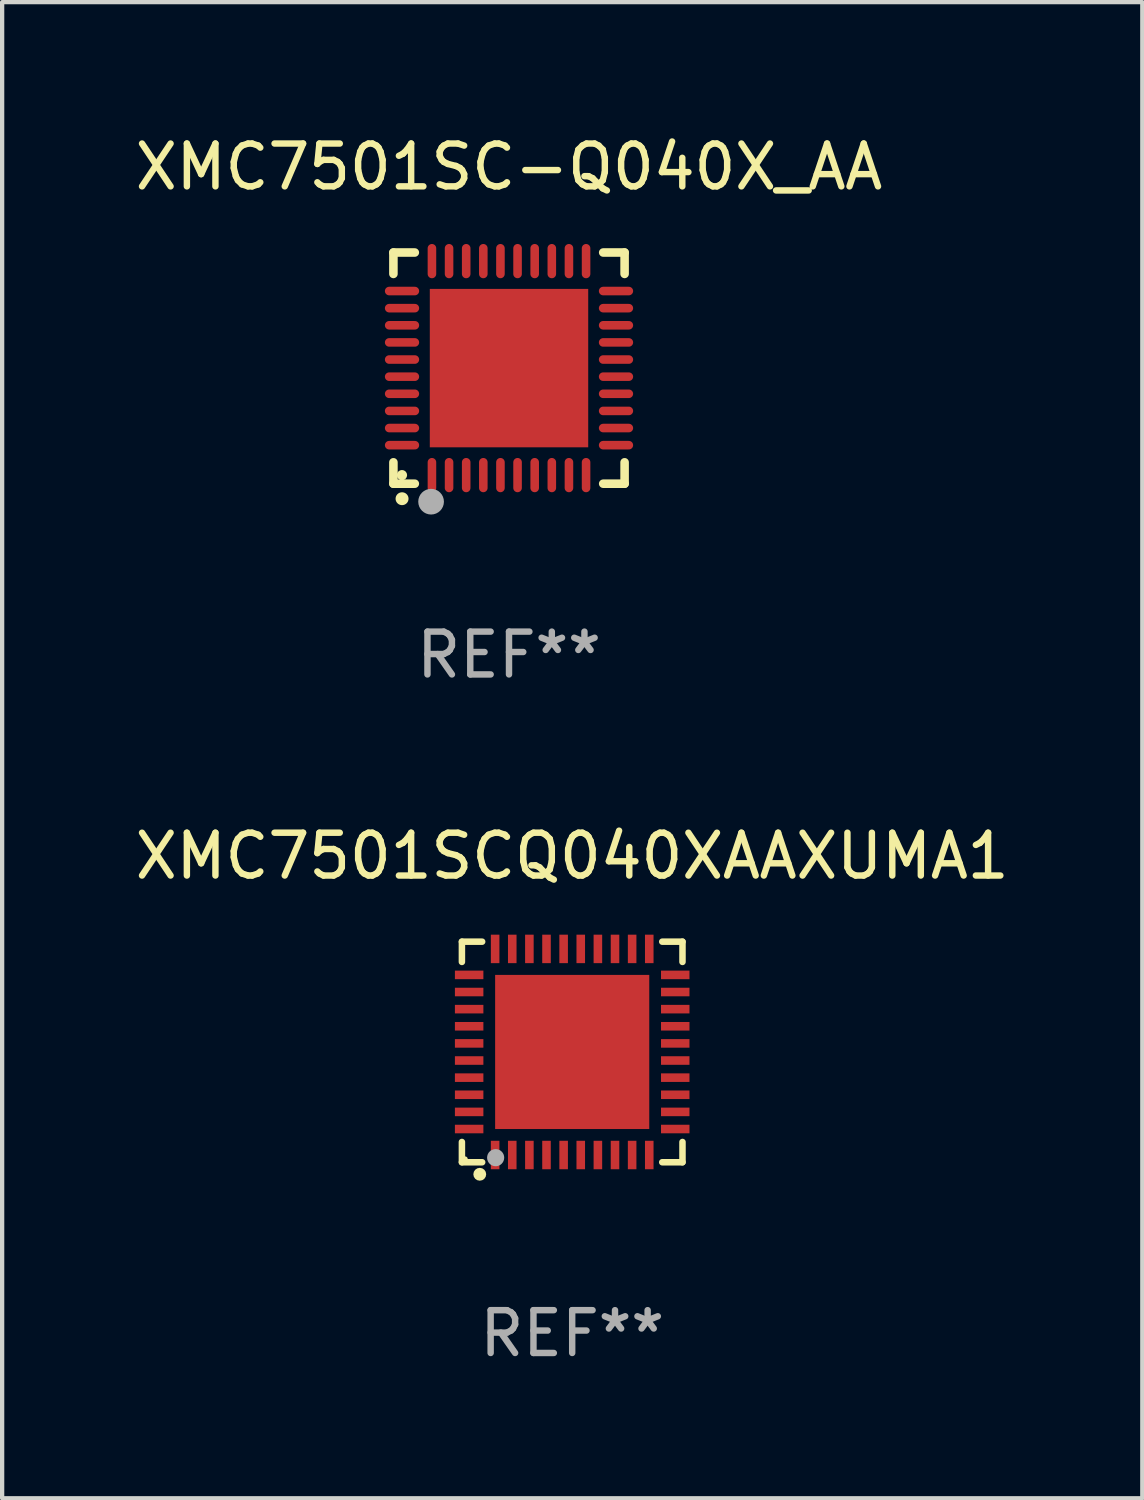
<source format=kicad_pcb>
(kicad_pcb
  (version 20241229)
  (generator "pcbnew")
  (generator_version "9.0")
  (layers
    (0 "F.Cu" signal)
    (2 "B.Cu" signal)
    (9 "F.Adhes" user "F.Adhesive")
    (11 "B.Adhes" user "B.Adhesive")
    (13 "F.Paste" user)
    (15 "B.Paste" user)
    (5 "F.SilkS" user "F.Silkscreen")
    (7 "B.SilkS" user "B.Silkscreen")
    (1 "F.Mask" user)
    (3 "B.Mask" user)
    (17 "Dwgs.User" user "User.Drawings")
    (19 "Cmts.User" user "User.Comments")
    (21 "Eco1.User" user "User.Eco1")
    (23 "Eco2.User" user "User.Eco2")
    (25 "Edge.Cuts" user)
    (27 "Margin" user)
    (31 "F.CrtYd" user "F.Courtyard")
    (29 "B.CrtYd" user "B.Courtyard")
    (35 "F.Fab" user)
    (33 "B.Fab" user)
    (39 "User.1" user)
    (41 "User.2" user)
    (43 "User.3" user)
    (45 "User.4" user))
  (footprint "XMC7501SCQ040XAAXUMA1"
    (layer "F.Cu")
    (at 10.315 21.521)
    (property "Reference" "XMC7501SCQ040XAAXUMA1" (at 0 -4.576 0) (layer "F.SilkS") (effects (font (size 1 1) (thickness 0.15))))
    (attr through_hole)
    (fp_line (start -2.576 -2.576) (end -2.103 -2.576) (stroke (width 0.152) (type solid)) (layer "F.SilkS"))
    (fp_line (start -2.576 -2.103) (end -2.576 -2.576) (stroke (width 0.152) (type solid)) (layer "F.SilkS"))
    (fp_line (start -2.576 2.103) (end -2.576 2.576) (stroke (width 0.152) (type solid)) (layer "F.SilkS"))
    (fp_line (start -2.576 2.576) (end -2.103 2.576) (stroke (width 0.152) (type solid)) (layer "F.SilkS"))
    (fp_line (start 2.576 -2.576) (end 2.103 -2.576) (stroke (width 0.152) (type solid)) (layer "F.SilkS"))
    (fp_line (start 2.576 -2.103) (end 2.576 -2.576) (stroke (width 0.152) (type solid)) (layer "F.SilkS"))
    (fp_line (start 2.576 2.103) (end 2.576 2.576) (stroke (width 0.152) (type solid)) (layer "F.SilkS"))
    (fp_line (start 2.576 2.576) (end 2.103 2.576) (stroke (width 0.152) (type solid)) (layer "F.SilkS"))
    (fp_circle (center -2.5 2.5) (end -2.47 2.5) (stroke (width 0.06) (type solid)) (fill no) (layer "F.SilkS"))
    (fp_circle (center -2.159 2.857) (end -2.084 2.857) (stroke (width 0.15) (type solid)) (fill no) (layer "F.SilkS"))
    (fp_circle (center -1.788 2.469) (end -1.688 2.469) (stroke (width 0.2) (type solid)) (fill no) (layer "F.Fab"))
    (fp_text user "REF**" (at 0 6.576 0) (layer "F.Fab") (effects (font (size 1 1) (thickness 0.15))))
    (pad "1" smd rect (at -1.8 2.407) (size 0.2 0.665) (layers "F.Cu" "F.Mask" "F.Paste"))
    (pad "2" smd rect (at -1.4 2.407) (size 0.2 0.665) (layers "F.Cu" "F.Mask" "F.Paste"))
    (pad "3" smd rect (at -1 2.407) (size 0.2 0.665) (layers "F.Cu" "F.Mask" "F.Paste"))
    (pad "4" smd rect (at -0.6 2.407) (size 0.2 0.665) (layers "F.Cu" "F.Mask" "F.Paste"))
    (pad "5" smd rect (at -0.2 2.407) (size 0.2 0.665) (layers "F.Cu" "F.Mask" "F.Paste"))
    (pad "6" smd rect (at 0.2 2.407) (size 0.2 0.665) (layers "F.Cu" "F.Mask" "F.Paste"))
    (pad "7" smd rect (at 0.6 2.407) (size 0.2 0.665) (layers "F.Cu" "F.Mask" "F.Paste"))
    (pad "8" smd rect (at 1 2.407) (size 0.2 0.665) (layers "F.Cu" "F.Mask" "F.Paste"))
    (pad "9" smd rect (at 1.4 2.407) (size 0.2 0.665) (layers "F.Cu" "F.Mask" "F.Paste"))
    (pad "10" smd rect (at 1.8 2.407) (size 0.2 0.665) (layers "F.Cu" "F.Mask" "F.Paste"))
    (pad "11" smd rect (at 2.407 1.8) (size 0.665 0.2) (layers "F.Cu" "F.Mask" "F.Paste"))
    (pad "12" smd rect (at 2.407 1.4) (size 0.665 0.2) (layers "F.Cu" "F.Mask" "F.Paste"))
    (pad "13" smd rect (at 2.407 1) (size 0.665 0.2) (layers "F.Cu" "F.Mask" "F.Paste"))
    (pad "14" smd rect (at 2.407 0.6) (size 0.665 0.2) (layers "F.Cu" "F.Mask" "F.Paste"))
    (pad "15" smd rect (at 2.407 0.2) (size 0.665 0.2) (layers "F.Cu" "F.Mask" "F.Paste"))
    (pad "16" smd rect (at 2.407 -0.2) (size 0.665 0.2) (layers "F.Cu" "F.Mask" "F.Paste"))
    (pad "17" smd rect (at 2.407 -0.6) (size 0.665 0.2) (layers "F.Cu" "F.Mask" "F.Paste"))
    (pad "18" smd rect (at 2.407 -1) (size 0.665 0.2) (layers "F.Cu" "F.Mask" "F.Paste"))
    (pad "19" smd rect (at 2.407 -1.4) (size 0.665 0.2) (layers "F.Cu" "F.Mask" "F.Paste"))
    (pad "20" smd rect (at 2.407 -1.8) (size 0.665 0.2) (layers "F.Cu" "F.Mask" "F.Paste"))
    (pad "21" smd rect (at 1.8 -2.407) (size 0.2 0.665) (layers "F.Cu" "F.Mask" "F.Paste"))
    (pad "22" smd rect (at 1.4 -2.407) (size 0.2 0.665) (layers "F.Cu" "F.Mask" "F.Paste"))
    (pad "23" smd rect (at 1 -2.407) (size 0.2 0.665) (layers "F.Cu" "F.Mask" "F.Paste"))
    (pad "24" smd rect (at 0.6 -2.407) (size 0.2 0.665) (layers "F.Cu" "F.Mask" "F.Paste"))
    (pad "25" smd rect (at 0.2 -2.407) (size 0.2 0.665) (layers "F.Cu" "F.Mask" "F.Paste"))
    (pad "26" smd rect (at -0.2 -2.407) (size 0.2 0.665) (layers "F.Cu" "F.Mask" "F.Paste"))
    (pad "27" smd rect (at -0.6 -2.407) (size 0.2 0.665) (layers "F.Cu" "F.Mask" "F.Paste"))
    (pad "28" smd rect (at -1 -2.407) (size 0.2 0.665) (layers "F.Cu" "F.Mask" "F.Paste"))
    (pad "29" smd rect (at -1.4 -2.407) (size 0.2 0.665) (layers "F.Cu" "F.Mask" "F.Paste"))
    (pad "30" smd rect (at -1.8 -2.407) (size 0.2 0.665) (layers "F.Cu" "F.Mask" "F.Paste"))
    (pad "31" smd rect (at -2.407 -1.8) (size 0.665 0.2) (layers "F.Cu" "F.Mask" "F.Paste"))
    (pad "32" smd rect (at -2.407 -1.4) (size 0.665 0.2) (layers "F.Cu" "F.Mask" "F.Paste"))
    (pad "33" smd rect (at -2.407 -1) (size 0.665 0.2) (layers "F.Cu" "F.Mask" "F.Paste"))
    (pad "34" smd rect (at -2.407 -0.6) (size 0.665 0.2) (layers "F.Cu" "F.Mask" "F.Paste"))
    (pad "35" smd rect (at -2.407 -0.2) (size 0.665 0.2) (layers "F.Cu" "F.Mask" "F.Paste"))
    (pad "36" smd rect (at -2.407 0.2) (size 0.665 0.2) (layers "F.Cu" "F.Mask" "F.Paste"))
    (pad "37" smd rect (at -2.407 0.6) (size 0.665 0.2) (layers "F.Cu" "F.Mask" "F.Paste"))
    (pad "38" smd rect (at -2.407 1) (size 0.665 0.2) (layers "F.Cu" "F.Mask" "F.Paste"))
    (pad "39" smd rect (at -2.407 1.4) (size 0.665 0.2) (layers "F.Cu" "F.Mask" "F.Paste"))
    (pad "40" smd rect (at -2.407 1.8) (size 0.665 0.2) (layers "F.Cu" "F.Mask" "F.Paste"))
    (pad "41" smd rect (at 0 0) (size 3.6 3.6) (layers "F.Cu" "F.Mask" "F.Paste")))
  (footprint "XMC7501SC-Q040X_AA"
    (layer "F.Cu")
    (at 8.839 5.548)
    (property "Reference" "XMC7501SC-Q040X_AA" (at 0 -4.7 0) (layer "F.SilkS") (effects (font (size 1 1) (thickness 0.15))))
    (attr through_hole)
    (fp_line (start -2.7 -2.7) (end -2.7 -2.2) (stroke (width 0.2) (type solid)) (layer "F.SilkS"))
    (fp_line (start -2.7 2.7) (end -2.7 2.2) (stroke (width 0.2) (type solid)) (layer "F.SilkS"))
    (fp_line (start -2.2 -2.7) (end -2.7 -2.7) (stroke (width 0.2) (type solid)) (layer "F.SilkS"))
    (fp_line (start -2.2 2.7) (end -2.7 2.7) (stroke (width 0.2) (type solid)) (layer "F.SilkS"))
    (fp_line (start 2.7 -2.7) (end 2.2 -2.7) (stroke (width 0.2) (type solid)) (layer "F.SilkS"))
    (fp_line (start 2.7 -2.2) (end 2.7 -2.7) (stroke (width 0.2) (type solid)) (layer "F.SilkS"))
    (fp_line (start 2.7 2.2) (end 2.7 2.7) (stroke (width 0.2) (type solid)) (layer "F.SilkS"))
    (fp_line (start 2.7 2.7) (end 2.2 2.7) (stroke (width 0.2) (type solid)) (layer "F.SilkS"))
    (fp_arc (start -2.499365 3.050546) (mid -2.498095 3.050541) (end -2.496825 3.050546) (stroke (width 0.3) (type solid)) (layer "F.SilkS"))
    (fp_circle (center -2.5 2.5) (end -2.44 2.5) (stroke (width 0.12) (type solid)) (fill no) (layer "F.SilkS"))
    (fp_circle (center -1.82 3.12) (end -1.67 3.12) (stroke (width 0.3) (type solid)) (fill no) (layer "F.Fab"))
    (fp_text user "REF**" (at 0 6.7 0) (layer "F.Fab") (effects (font (size 1 1) (thickness 0.15))))
    (pad "1" smd oval (at -1.8 2.499) (size 0.2 0.8) (layers "F.Cu" "F.Mask" "F.Paste"))
    (pad "2" smd oval (at -1.4 2.499) (size 0.2 0.8) (layers "F.Cu" "F.Mask" "F.Paste"))
    (pad "3" smd oval (at -1 2.499) (size 0.2 0.8) (layers "F.Cu" "F.Mask" "F.Paste"))
    (pad "4" smd oval (at -0.6 2.499) (size 0.2 0.8) (layers "F.Cu" "F.Mask" "F.Paste"))
    (pad "5" smd oval (at -0.2 2.499) (size 0.2 0.8) (layers "F.Cu" "F.Mask" "F.Paste"))
    (pad "6" smd oval (at 0.2 2.499) (size 0.2 0.8) (layers "F.Cu" "F.Mask" "F.Paste"))
    (pad "7" smd oval (at 0.6 2.499) (size 0.2 0.8) (layers "F.Cu" "F.Mask" "F.Paste"))
    (pad "8" smd oval (at 1 2.499) (size 0.2 0.8) (layers "F.Cu" "F.Mask" "F.Paste"))
    (pad "9" smd oval (at 1.4 2.499) (size 0.2 0.8) (layers "F.Cu" "F.Mask" "F.Paste"))
    (pad "10" smd oval (at 1.8 2.499) (size 0.2 0.8) (layers "F.Cu" "F.Mask" "F.Paste"))
    (pad "11" smd oval (at 2.499 1.8) (size 0.8 0.2) (layers "F.Cu" "F.Mask" "F.Paste"))
    (pad "12" smd oval (at 2.499 1.4) (size 0.8 0.2) (layers "F.Cu" "F.Mask" "F.Paste"))
    (pad "13" smd oval (at 2.499 1) (size 0.8 0.2) (layers "F.Cu" "F.Mask" "F.Paste"))
    (pad "14" smd oval (at 2.499 0.6) (size 0.8 0.2) (layers "F.Cu" "F.Mask" "F.Paste"))
    (pad "15" smd oval (at 2.499 0.2) (size 0.8 0.2) (layers "F.Cu" "F.Mask" "F.Paste"))
    (pad "16" smd oval (at 2.499 -0.2) (size 0.8 0.2) (layers "F.Cu" "F.Mask" "F.Paste"))
    (pad "17" smd oval (at 2.499 -0.6) (size 0.8 0.2) (layers "F.Cu" "F.Mask" "F.Paste"))
    (pad "18" smd oval (at 2.499 -1) (size 0.8 0.2) (layers "F.Cu" "F.Mask" "F.Paste"))
    (pad "19" smd oval (at 2.499 -1.4) (size 0.8 0.2) (layers "F.Cu" "F.Mask" "F.Paste"))
    (pad "20" smd oval (at 2.499 -1.8) (size 0.8 0.2) (layers "F.Cu" "F.Mask" "F.Paste"))
    (pad "21" smd oval (at 1.8 -2.499) (size 0.2 0.8) (layers "F.Cu" "F.Mask" "F.Paste"))
    (pad "22" smd oval (at 1.4 -2.499) (size 0.2 0.8) (layers "F.Cu" "F.Mask" "F.Paste"))
    (pad "23" smd oval (at 1 -2.499) (size 0.2 0.8) (layers "F.Cu" "F.Mask" "F.Paste"))
    (pad "24" smd oval (at 0.6 -2.499) (size 0.2 0.8) (layers "F.Cu" "F.Mask" "F.Paste"))
    (pad "25" smd oval (at 0.2 -2.499) (size 0.2 0.8) (layers "F.Cu" "F.Mask" "F.Paste"))
    (pad "26" smd oval (at -0.2 -2.499) (size 0.2 0.8) (layers "F.Cu" "F.Mask" "F.Paste"))
    (pad "27" smd oval (at -0.6 -2.499) (size 0.2 0.8) (layers "F.Cu" "F.Mask" "F.Paste"))
    (pad "28" smd oval (at -1 -2.499) (size 0.2 0.8) (layers "F.Cu" "F.Mask" "F.Paste"))
    (pad "29" smd oval (at -1.4 -2.499) (size 0.2 0.8) (layers "F.Cu" "F.Mask" "F.Paste"))
    (pad "30" smd oval (at -1.8 -2.499) (size 0.2 0.8) (layers "F.Cu" "F.Mask" "F.Paste"))
    (pad "31" smd oval (at -2.499 -1.8) (size 0.8 0.2) (layers "F.Cu" "F.Mask" "F.Paste"))
    (pad "32" smd oval (at -2.499 -1.4) (size 0.8 0.2) (layers "F.Cu" "F.Mask" "F.Paste"))
    (pad "33" smd oval (at -2.499 -1) (size 0.8 0.2) (layers "F.Cu" "F.Mask" "F.Paste"))
    (pad "34" smd oval (at -2.499 -0.6) (size 0.8 0.2) (layers "F.Cu" "F.Mask" "F.Paste"))
    (pad "35" smd oval (at -2.499 -0.2) (size 0.8 0.2) (layers "F.Cu" "F.Mask" "F.Paste"))
    (pad "36" smd oval (at -2.499 0.2) (size 0.8 0.2) (layers "F.Cu" "F.Mask" "F.Paste"))
    (pad "37" smd oval (at -2.499 0.6) (size 0.8 0.2) (layers "F.Cu" "F.Mask" "F.Paste"))
    (pad "38" smd oval (at -2.499 1) (size 0.8 0.2) (layers "F.Cu" "F.Mask" "F.Paste"))
    (pad "39" smd oval (at -2.499 1.4) (size 0.8 0.2) (layers "F.Cu" "F.Mask" "F.Paste"))
    (pad "40" smd oval (at -2.499 1.8) (size 0.8 0.2) (layers "F.Cu" "F.Mask" "F.Paste"))
    (pad "41" smd rect (at 0 0) (size 3.7 3.7) (layers "F.Cu" "F.Mask" "F.Paste")))
  (gr_rect
    (start -3 -3)
    (end 23.631 31.945)
    (stroke (width 0.1) (type default))
    (fill no)
    (layer "Edge.Cuts")))
</source>
